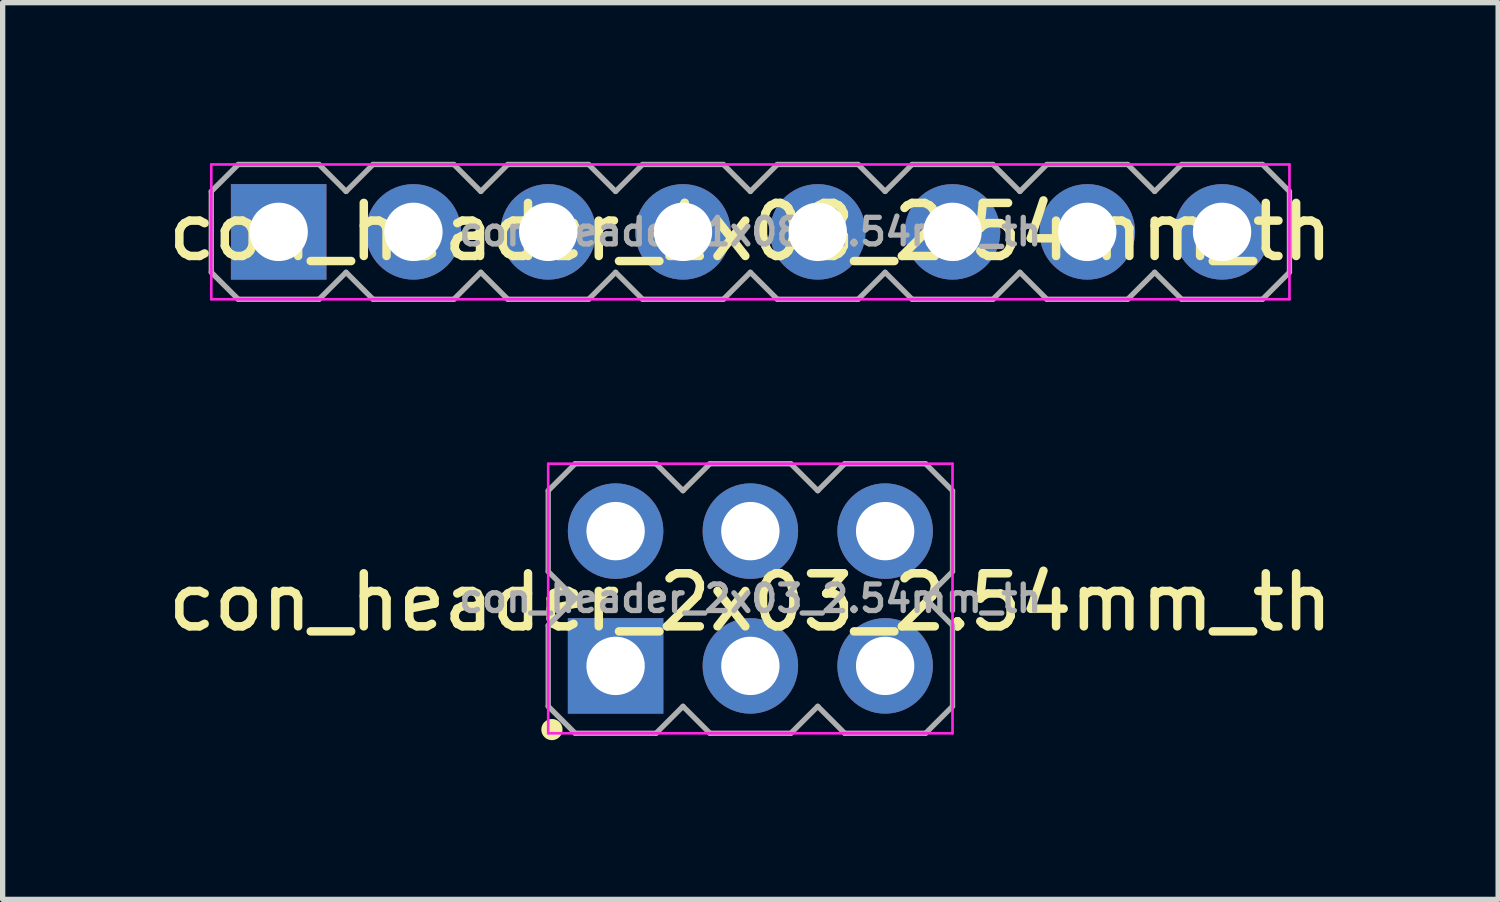
<source format=kicad_pcb>
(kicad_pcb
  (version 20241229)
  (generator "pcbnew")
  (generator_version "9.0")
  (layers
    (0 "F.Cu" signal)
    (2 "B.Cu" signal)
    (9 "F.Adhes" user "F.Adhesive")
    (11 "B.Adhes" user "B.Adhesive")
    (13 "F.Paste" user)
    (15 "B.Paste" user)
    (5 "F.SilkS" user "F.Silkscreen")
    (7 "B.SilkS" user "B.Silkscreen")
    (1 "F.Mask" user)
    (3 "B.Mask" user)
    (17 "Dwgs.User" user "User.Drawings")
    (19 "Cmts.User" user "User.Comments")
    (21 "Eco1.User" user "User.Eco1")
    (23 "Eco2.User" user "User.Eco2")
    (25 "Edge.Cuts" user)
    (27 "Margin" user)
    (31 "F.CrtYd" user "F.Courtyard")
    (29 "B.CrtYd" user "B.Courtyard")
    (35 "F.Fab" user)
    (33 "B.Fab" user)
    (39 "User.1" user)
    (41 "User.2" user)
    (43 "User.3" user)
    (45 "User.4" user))
  (footprint "con_header_2x03_2.54mm_th"
    (layer "F.Cu")
    (at 8.552 9.5)
    (property "Reference" "con_header_2x03_2.54mm_th" (at 2.54 -1.2 0) (layer "F.SilkS") (effects (font (size 1 1) (thickness 0.16))))
    (attr through_hole exclude_from_pos_files)
    (fp_circle (center -1.2 1.2) (end -1.1 1.2) (stroke (width 0.2) (type solid)) (fill no) (layer "F.SilkS"))
    (fp_line (start -1.27 -3.81) (end -1.27 1.27) (stroke (width 0.05) (type solid)) (layer "F.CrtYd"))
    (fp_line (start -1.27 1.27) (end 6.35 1.27) (stroke (width 0.05) (type solid)) (layer "F.CrtYd"))
    (fp_line (start 6.35 -3.81) (end -1.27 -3.81) (stroke (width 0.05) (type solid)) (layer "F.CrtYd"))
    (fp_line (start 6.35 1.27) (end 6.35 -3.81) (stroke (width 0.05) (type solid)) (layer "F.CrtYd"))
    (fp_line (start -1.27 -3.302) (end -1.27 -1.778) (stroke (width 0.1) (type solid)) (layer "F.Fab"))
    (fp_line (start -1.27 -3.302) (end -0.762 -3.81) (stroke (width 0.1) (type solid)) (layer "F.Fab"))
    (fp_line (start -1.27 0.762) (end -1.27 -0.762) (stroke (width 0.1) (type solid)) (layer "F.Fab"))
    (fp_line (start -1.27 0.762) (end -0.762 1.27) (stroke (width 0.1) (type solid)) (layer "F.Fab"))
    (fp_line (start -0.762 -3.81) (end 0.762 -3.81) (stroke (width 0.1) (type solid)) (layer "F.Fab"))
    (fp_line (start -0.762 -1.27) (end -1.27 -1.778) (stroke (width 0.1) (type solid)) (layer "F.Fab"))
    (fp_line (start -0.762 -1.27) (end -1.27 -0.762) (stroke (width 0.1) (type solid)) (layer "F.Fab"))
    (fp_line (start 0.762 1.27) (end -0.762 1.27) (stroke (width 0.1) (type solid)) (layer "F.Fab"))
    (fp_line (start 1.27 -3.302) (end 0.762 -3.81) (stroke (width 0.1) (type solid)) (layer "F.Fab"))
    (fp_line (start 1.27 -3.302) (end 1.778 -3.81) (stroke (width 0.1) (type solid)) (layer "F.Fab"))
    (fp_line (start 1.27 0.762) (end 0.762 1.27) (stroke (width 0.1) (type solid)) (layer "F.Fab"))
    (fp_line (start 1.27 0.762) (end 1.778 1.27) (stroke (width 0.1) (type solid)) (layer "F.Fab"))
    (fp_line (start 1.778 -3.81) (end 3.302 -3.81) (stroke (width 0.1) (type solid)) (layer "F.Fab"))
    (fp_line (start 3.302 1.27) (end 1.778 1.27) (stroke (width 0.1) (type solid)) (layer "F.Fab"))
    (fp_line (start 3.302 1.27) (end 3.81 0.762) (stroke (width 0.1) (type solid)) (layer "F.Fab"))
    (fp_line (start 3.81 -3.302) (end 3.302 -3.81) (stroke (width 0.1) (type solid)) (layer "F.Fab"))
    (fp_line (start 3.81 -3.302) (end 4.318 -3.81) (stroke (width 0.1) (type solid)) (layer "F.Fab"))
    (fp_line (start 3.81 0.762) (end 4.318 1.27) (stroke (width 0.1) (type solid)) (layer "F.Fab"))
    (fp_line (start 4.318 -3.81) (end 5.842 -3.81) (stroke (width 0.1) (type solid)) (layer "F.Fab"))
    (fp_line (start 5.842 -1.27) (end 6.35 -1.778) (stroke (width 0.1) (type solid)) (layer "F.Fab"))
    (fp_line (start 5.842 1.27) (end 4.318 1.27) (stroke (width 0.1) (type solid)) (layer "F.Fab"))
    (fp_line (start 5.842 1.27) (end 6.35 0.762) (stroke (width 0.1) (type solid)) (layer "F.Fab"))
    (fp_line (start 6.35 -3.302) (end 5.842 -3.81) (stroke (width 0.1) (type solid)) (layer "F.Fab"))
    (fp_line (start 6.35 -3.302) (end 6.35 -1.778) (stroke (width 0.1) (type solid)) (layer "F.Fab"))
    (fp_line (start 6.35 -0.762) (end 5.842 -1.27) (stroke (width 0.1) (type solid)) (layer "F.Fab"))
    (fp_line (start 6.35 -0.762) (end 6.35 0.762) (stroke (width 0.1) (type solid)) (layer "F.Fab"))
    (fp_text user "${REFERENCE}" (at 2.54 -1.27 0) (layer "F.Fab") (effects (font (size 0.5 0.5) (thickness 0.1) (bold yes))))
    (pad "1" thru_hole rect (at 0 0) (size 1.8 1.8) (drill 1.1) (layers "*.Cu" "*.Mask"))
    (pad "2" thru_hole circle (at 0 -2.54) (size 1.8 1.8) (drill 1.1) (layers "*.Cu" "*.Mask"))
    (pad "3" thru_hole circle (at 2.54 0) (size 1.8 1.8) (drill 1.1) (layers "*.Cu" "*.Mask"))
    (pad "4" thru_hole circle (at 2.54 -2.54) (size 1.8 1.8) (drill 1.1) (layers "*.Cu" "*.Mask"))
    (pad "5" thru_hole circle (at 5.08 0) (size 1.8 1.8) (drill 1.1) (layers "*.Cu" "*.Mask"))
    (pad "6" thru_hole circle (at 5.08 -2.54) (size 1.8 1.8) (drill 1.1) (layers "*.Cu" "*.Mask"))
    (zone (net_name "") (layers "F.Cu" "B.Cu") (hatch edge 0.5) (connect_pads) (min_thickness 0.25) (filled_areas_thickness no) (keepout (tracks allowed) (vias allowed) (pads allowed) (copperpour not_allowed) (footprints allowed)) (placement (enabled no)) (fill) (polygon (pts (xy 7.452 5.86) (xy 14.732 5.86) (xy 14.732 10.6) (xy 7.452 10.6)))))
  (footprint "con_header_1x08_2.54mm_th"
    (layer "F.Cu")
    (at 2.202 1.32)
    (property "Reference" "con_header_1x08_2.54mm_th" (at 8.89 0 0) (layer "F.SilkS") (effects (font (size 1 1) (thickness 0.16))))
    (attr through_hole exclude_from_pos_files)
    (fp_line (start -1.27 -1.27) (end -1.27 1.27) (stroke (width 0.05) (type solid)) (layer "F.CrtYd"))
    (fp_line (start -1.27 1.27) (end 19.05 1.27) (stroke (width 0.05) (type solid)) (layer "F.CrtYd"))
    (fp_line (start 19.05 -1.27) (end -1.27 -1.27) (stroke (width 0.05) (type solid)) (layer "F.CrtYd"))
    (fp_line (start 19.05 1.27) (end 19.05 -1.27) (stroke (width 0.05) (type solid)) (layer "F.CrtYd"))
    (fp_line (start -1.27 0.762) (end -1.27 -0.762) (stroke (width 0.1) (type solid)) (layer "F.Fab"))
    (fp_line (start -1.27 0.762) (end -0.762 1.27) (stroke (width 0.1) (type solid)) (layer "F.Fab"))
    (fp_line (start -0.762 -1.27) (end -1.27 -0.762) (stroke (width 0.1) (type solid)) (layer "F.Fab"))
    (fp_line (start -0.762 -1.27) (end 0.762 -1.27) (stroke (width 0.1) (type solid)) (layer "F.Fab"))
    (fp_line (start 0.762 1.27) (end -0.762 1.27) (stroke (width 0.1) (type solid)) (layer "F.Fab"))
    (fp_line (start 1.27 -0.762) (end 0.762 -1.27) (stroke (width 0.1) (type solid)) (layer "F.Fab"))
    (fp_line (start 1.27 -0.762) (end 1.778 -1.27) (stroke (width 0.1) (type solid)) (layer "F.Fab"))
    (fp_line (start 1.27 0.762) (end 0.762 1.27) (stroke (width 0.1) (type solid)) (layer "F.Fab"))
    (fp_line (start 1.27 0.762) (end 1.778 1.27) (stroke (width 0.1) (type solid)) (layer "F.Fab"))
    (fp_line (start 1.778 -1.27) (end 3.302 -1.27) (stroke (width 0.1) (type solid)) (layer "F.Fab"))
    (fp_line (start 3.302 1.27) (end 1.778 1.27) (stroke (width 0.1) (type solid)) (layer "F.Fab"))
    (fp_line (start 3.302 1.27) (end 3.81 0.762) (stroke (width 0.1) (type solid)) (layer "F.Fab"))
    (fp_line (start 3.81 -0.762) (end 3.302 -1.27) (stroke (width 0.1) (type solid)) (layer "F.Fab"))
    (fp_line (start 3.81 -0.762) (end 4.318 -1.27) (stroke (width 0.1) (type solid)) (layer "F.Fab"))
    (fp_line (start 3.81 0.762) (end 4.318 1.27) (stroke (width 0.1) (type solid)) (layer "F.Fab"))
    (fp_line (start 4.318 -1.27) (end 5.842 -1.27) (stroke (width 0.1) (type solid)) (layer "F.Fab"))
    (fp_line (start 5.842 1.27) (end 4.318 1.27) (stroke (width 0.1) (type solid)) (layer "F.Fab"))
    (fp_line (start 5.842 1.27) (end 6.35 0.762) (stroke (width 0.1) (type solid)) (layer "F.Fab"))
    (fp_line (start 6.35 -0.762) (end 5.842 -1.27) (stroke (width 0.1) (type solid)) (layer "F.Fab"))
    (fp_line (start 6.35 -0.762) (end 6.858 -1.27) (stroke (width 0.1) (type solid)) (layer "F.Fab"))
    (fp_line (start 6.35 0.762) (end 6.858 1.27) (stroke (width 0.1) (type solid)) (layer "F.Fab"))
    (fp_line (start 8.382 -1.27) (end 6.858 -1.27) (stroke (width 0.1) (type solid)) (layer "F.Fab"))
    (fp_line (start 8.382 -1.27) (end 8.89 -0.762) (stroke (width 0.1) (type solid)) (layer "F.Fab"))
    (fp_line (start 8.382 1.27) (end 6.858 1.27) (stroke (width 0.1) (type solid)) (layer "F.Fab"))
    (fp_line (start 8.382 1.27) (end 8.89 0.762) (stroke (width 0.1) (type solid)) (layer "F.Fab"))
    (fp_line (start 8.89 -0.762) (end 9.398 -1.27) (stroke (width 0.1) (type solid)) (layer "F.Fab"))
    (fp_line (start 8.89 0.762) (end 9.398 1.27) (stroke (width 0.1) (type solid)) (layer "F.Fab"))
    (fp_line (start 10.922 -1.27) (end 9.398 -1.27) (stroke (width 0.1) (type solid)) (layer "F.Fab"))
    (fp_line (start 10.922 -1.27) (end 11.43 -0.762) (stroke (width 0.1) (type solid)) (layer "F.Fab"))
    (fp_line (start 10.922 1.27) (end 9.398 1.27) (stroke (width 0.1) (type solid)) (layer "F.Fab"))
    (fp_line (start 10.922 1.27) (end 11.43 0.762) (stroke (width 0.1) (type solid)) (layer "F.Fab"))
    (fp_line (start 11.43 -0.762) (end 11.938 -1.27) (stroke (width 0.1) (type solid)) (layer "F.Fab"))
    (fp_line (start 11.43 0.762) (end 11.938 1.27) (stroke (width 0.1) (type solid)) (layer "F.Fab"))
    (fp_line (start 13.462 -1.27) (end 11.938 -1.27) (stroke (width 0.1) (type solid)) (layer "F.Fab"))
    (fp_line (start 13.462 -1.27) (end 13.97 -0.762) (stroke (width 0.1) (type solid)) (layer "F.Fab"))
    (fp_line (start 13.462 1.27) (end 11.938 1.27) (stroke (width 0.1) (type solid)) (layer "F.Fab"))
    (fp_line (start 13.462 1.27) (end 13.97 0.762) (stroke (width 0.1) (type solid)) (layer "F.Fab"))
    (fp_line (start 13.97 -0.762) (end 14.478 -1.27) (stroke (width 0.1) (type solid)) (layer "F.Fab"))
    (fp_line (start 13.97 0.762) (end 14.478 1.27) (stroke (width 0.1) (type solid)) (layer "F.Fab"))
    (fp_line (start 16.002 -1.27) (end 14.478 -1.27) (stroke (width 0.1) (type solid)) (layer "F.Fab"))
    (fp_line (start 16.002 -1.27) (end 16.51 -0.762) (stroke (width 0.1) (type solid)) (layer "F.Fab"))
    (fp_line (start 16.002 1.27) (end 14.478 1.27) (stroke (width 0.1) (type solid)) (layer "F.Fab"))
    (fp_line (start 16.002 1.27) (end 16.51 0.762) (stroke (width 0.1) (type solid)) (layer "F.Fab"))
    (fp_line (start 16.51 -0.762) (end 17.018 -1.27) (stroke (width 0.1) (type solid)) (layer "F.Fab"))
    (fp_line (start 16.51 0.762) (end 17.018 1.27) (stroke (width 0.1) (type solid)) (layer "F.Fab"))
    (fp_line (start 18.542 -1.27) (end 17.018 -1.27) (stroke (width 0.1) (type solid)) (layer "F.Fab"))
    (fp_line (start 18.542 -1.27) (end 19.05 -0.762) (stroke (width 0.1) (type solid)) (layer "F.Fab"))
    (fp_line (start 18.542 1.27) (end 17.018 1.27) (stroke (width 0.1) (type solid)) (layer "F.Fab"))
    (fp_line (start 18.542 1.27) (end 19.05 0.762) (stroke (width 0.1) (type solid)) (layer "F.Fab"))
    (fp_line (start 19.05 0.762) (end 19.05 -0.762) (stroke (width 0.1) (type solid)) (layer "F.Fab"))
    (fp_text user "${REFERENCE}" (at 8.89 0 0) (layer "F.Fab") (effects (font (size 0.5 0.5) (thickness 0.1))))
    (pad "1" thru_hole rect (at 0 0) (size 1.8 1.8) (drill 1.1) (layers "*.Cu" "*.Mask"))
    (pad "2" thru_hole circle (at 2.54 0) (size 1.8 1.8) (drill 1.1) (layers "*.Cu" "*.Mask"))
    (pad "3" thru_hole circle (at 5.08 0) (size 1.8 1.8) (drill 1.1) (layers "*.Cu" "*.Mask"))
    (pad "4" thru_hole circle (at 7.62 0) (size 1.8 1.8) (drill 1.1) (layers "*.Cu" "*.Mask"))
    (pad "5" thru_hole circle (at 10.16 0) (size 1.8 1.8) (drill 1.1) (layers "*.Cu" "*.Mask"))
    (pad "6" thru_hole circle (at 12.7 0) (size 1.8 1.8) (drill 1.1) (layers "*.Cu" "*.Mask"))
    (pad "7" thru_hole circle (at 15.24 0) (size 1.8 1.8) (drill 1.1) (layers "*.Cu" "*.Mask"))
    (pad "8" thru_hole circle (at 17.78 0) (size 1.8 1.8) (drill 1.1) (layers "*.Cu" "*.Mask")))
  (gr_rect
    (start -3 -3)
    (end 25.185 13.9)
    (stroke (width 0.1) (type default))
    (fill no)
    (layer "Edge.Cuts")))
</source>
